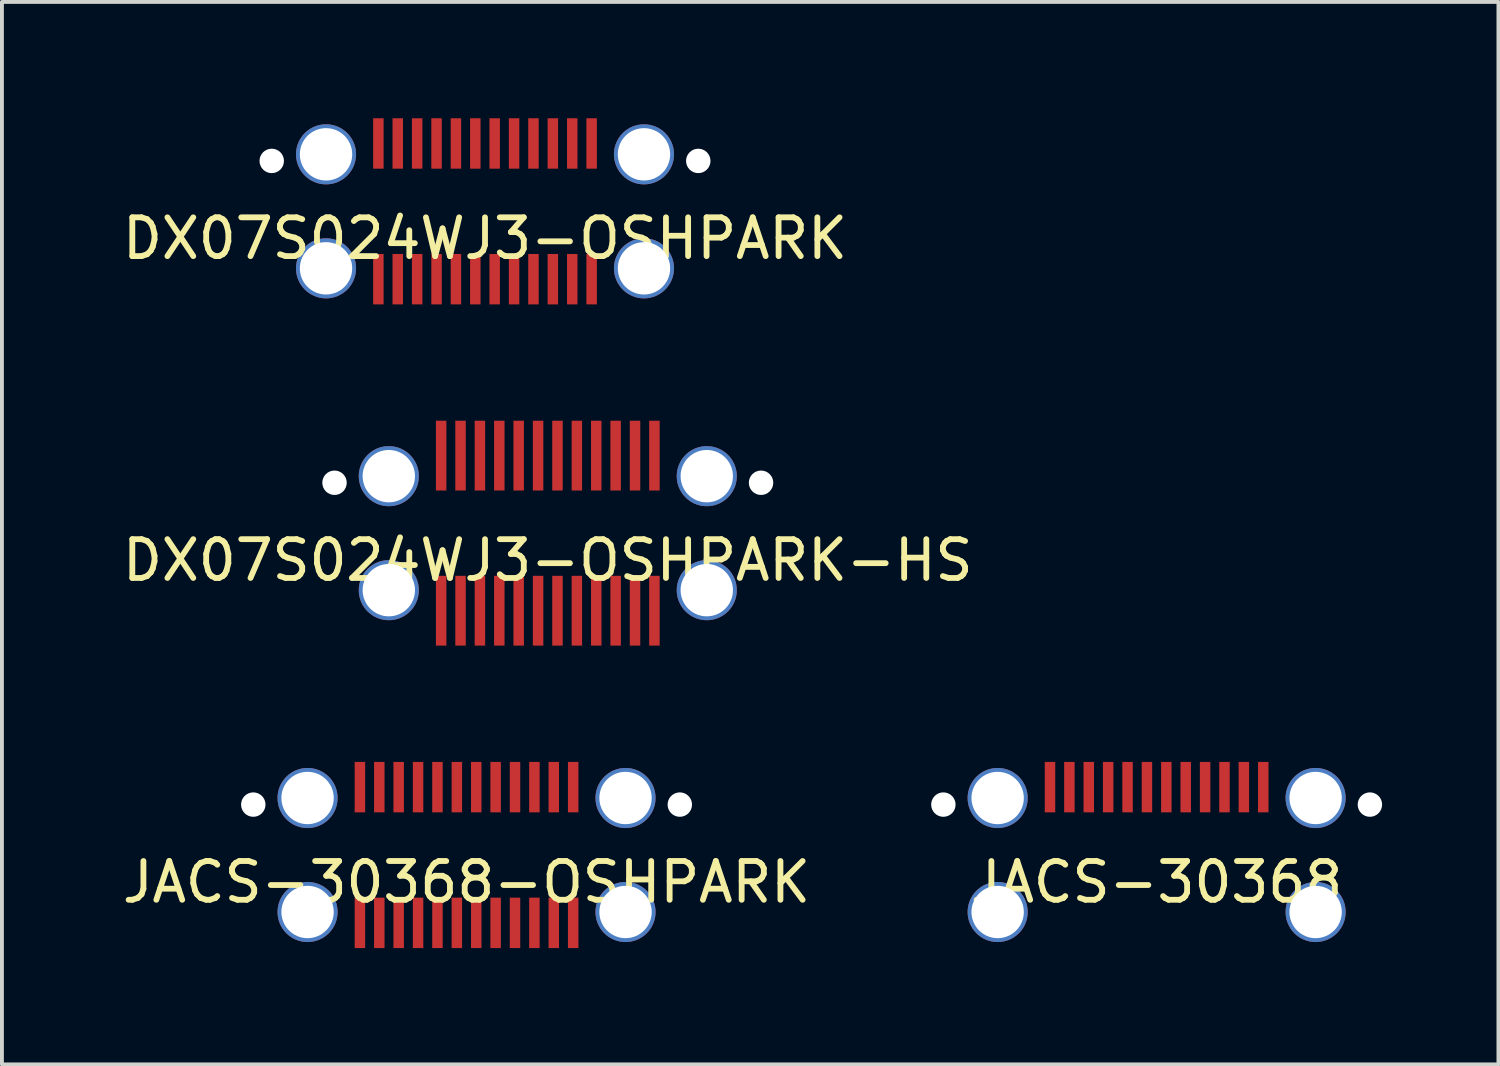
<source format=kicad_pcb>
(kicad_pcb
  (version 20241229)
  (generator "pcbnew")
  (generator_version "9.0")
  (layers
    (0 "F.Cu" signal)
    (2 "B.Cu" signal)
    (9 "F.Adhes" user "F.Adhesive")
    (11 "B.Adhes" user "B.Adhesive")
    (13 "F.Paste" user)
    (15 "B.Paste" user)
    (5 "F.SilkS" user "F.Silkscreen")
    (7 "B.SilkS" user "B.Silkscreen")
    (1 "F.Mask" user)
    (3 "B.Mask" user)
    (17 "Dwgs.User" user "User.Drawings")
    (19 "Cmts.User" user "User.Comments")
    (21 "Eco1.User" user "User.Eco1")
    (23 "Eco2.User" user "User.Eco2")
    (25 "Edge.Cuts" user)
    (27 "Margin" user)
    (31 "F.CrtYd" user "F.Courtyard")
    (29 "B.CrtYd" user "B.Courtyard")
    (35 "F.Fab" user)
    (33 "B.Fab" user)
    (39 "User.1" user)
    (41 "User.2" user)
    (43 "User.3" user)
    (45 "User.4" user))
  (footprint "JACS-30368-OSHPARK"
    (layer "F.Cu")
    (at 8.982 17.7)
    (property "Reference" "JACS-30368-OSHPARK" (at 0 2 0) (layer "F.SilkS") (effects (font (size 1 1) (thickness 0.15))))
    (attr through_hole)
    (pad "" np_thru_hole circle (at -5.5 0) (size 0.63 0.63) (drill 0.63) (layers "*.Cu" "*.Mask"))
    (pad "" np_thru_hole circle (at 5.5 0) (size 0.63 0.63) (drill 0.63) (layers "*.Cu" "*.Mask"))
    (pad "A1" smd rect (at -2.75 -0.45) (size 0.27 1.3) (layers "F.Cu" "F.Mask" "F.Paste"))
    (pad "A2" smd rect (at -2.25 -0.45) (size 0.27 1.3) (layers "F.Cu" "F.Mask" "F.Paste"))
    (pad "A3" smd rect (at -1.75 -0.45) (size 0.27 1.3) (layers "F.Cu" "F.Mask" "F.Paste"))
    (pad "A4" smd rect (at -1.25 -0.45) (size 0.27 1.3) (layers "F.Cu" "F.Mask" "F.Paste"))
    (pad "A5" smd rect (at -0.75 -0.45) (size 0.27 1.3) (layers "F.Cu" "F.Mask" "F.Paste"))
    (pad "A6" smd rect (at -0.25 -0.45) (size 0.27 1.3) (layers "F.Cu" "F.Mask" "F.Paste"))
    (pad "A7" smd rect (at 0.25 -0.45) (size 0.27 1.3) (layers "F.Cu" "F.Mask" "F.Paste"))
    (pad "A8" smd rect (at 0.75 -0.45) (size 0.27 1.3) (layers "F.Cu" "F.Mask" "F.Paste"))
    (pad "A9" smd rect (at 1.25 -0.45) (size 0.27 1.3) (layers "F.Cu" "F.Mask" "F.Paste"))
    (pad "A10" smd rect (at 1.75 -0.45) (size 0.27 1.3) (layers "F.Cu" "F.Mask" "F.Paste"))
    (pad "A11" smd rect (at 2.25 -0.45) (size 0.27 1.3) (layers "F.Cu" "F.Mask" "F.Paste"))
    (pad "A12" smd rect (at 2.75 -0.45) (size 0.27 1.3) (layers "F.Cu" "F.Mask" "F.Paste"))
    (pad "B1" smd rect (at 2.75 3.05) (size 0.27 1.3) (layers "F.Cu" "F.Mask" "F.Paste"))
    (pad "B2" smd rect (at 2.25 3.05) (size 0.27 1.3) (layers "F.Cu" "F.Mask" "F.Paste"))
    (pad "B3" smd rect (at 1.75 3.05) (size 0.27 1.3) (layers "F.Cu" "F.Mask" "F.Paste"))
    (pad "B4" smd rect (at 1.25 3.05) (size 0.27 1.3) (layers "F.Cu" "F.Mask" "F.Paste"))
    (pad "B5" smd rect (at 0.75 3.05) (size 0.27 1.3) (layers "F.Cu" "F.Mask" "F.Paste"))
    (pad "B6" smd rect (at 0.25 3.05) (size 0.27 1.3) (layers "F.Cu" "F.Mask" "F.Paste"))
    (pad "B7" smd rect (at -0.25 3.05) (size 0.27 1.3) (layers "F.Cu" "F.Mask" "F.Paste"))
    (pad "B8" smd rect (at -0.75 3.05) (size 0.27 1.3) (layers "F.Cu" "F.Mask" "F.Paste"))
    (pad "B9" smd rect (at -1.25 3.05) (size 0.27 1.3) (layers "F.Cu" "F.Mask" "F.Paste"))
    (pad "B10" smd rect (at -1.75 3.05) (size 0.27 1.3) (layers "F.Cu" "F.Mask" "F.Paste"))
    (pad "B11" smd rect (at -2.25 3.05) (size 0.27 1.3) (layers "F.Cu" "F.Mask" "F.Paste"))
    (pad "B12" smd rect (at -2.75 3.05) (size 0.27 1.3) (layers "F.Cu" "F.Mask" "F.Paste"))
    (pad "S1" thru_hole circle (at -4.1 -0.17) (size 1.55 1.55) (drill 1.35) (layers "*.Cu" "*.Mask"))
    (pad "S1" thru_hole circle (at -4.1 2.77) (size 1.55 1.55) (drill 1.35) (layers "*.Cu" "*.Mask"))
    (pad "S1" thru_hole circle (at 4.1 -0.17) (size 1.55 1.55) (drill 1.35) (layers "*.Cu" "*.Mask"))
    (pad "S1" thru_hole circle (at 4.1 2.77) (size 1.55 1.55) (drill 1.35) (layers "*.Cu" "*.Mask")))
  (footprint "DX07S024WJ3-OSHPARK"
    (layer "F.Cu")
    (at 9.458 1.1)
    (property "Reference" "DX07S024WJ3-OSHPARK" (at 0 2 0) (layer "F.SilkS") (effects (font (size 1 1) (thickness 0.15))))
    (attr through_hole)
    (pad "" np_thru_hole circle (at -5.5 0) (size 0.63 0.63) (drill 0.63) (layers "*.Cu" "*.Mask"))
    (pad "" np_thru_hole circle (at 5.5 0) (size 0.63 0.63) (drill 0.63) (layers "*.Cu" "*.Mask"))
    (pad "A1" smd rect (at -2.75 -0.45) (size 0.27 1.3) (layers "F.Cu" "F.Mask" "F.Paste"))
    (pad "A2" smd rect (at -2.25 -0.45) (size 0.27 1.3) (layers "F.Cu" "F.Mask" "F.Paste"))
    (pad "A3" smd rect (at -1.75 -0.45) (size 0.27 1.3) (layers "F.Cu" "F.Mask" "F.Paste"))
    (pad "A4" smd rect (at -1.25 -0.45) (size 0.27 1.3) (layers "F.Cu" "F.Mask" "F.Paste"))
    (pad "A5" smd rect (at -0.75 -0.45) (size 0.27 1.3) (layers "F.Cu" "F.Mask" "F.Paste"))
    (pad "A6" smd rect (at -0.25 -0.45) (size 0.27 1.3) (layers "F.Cu" "F.Mask" "F.Paste"))
    (pad "A7" smd rect (at 0.25 -0.45) (size 0.27 1.3) (layers "F.Cu" "F.Mask" "F.Paste"))
    (pad "A8" smd rect (at 0.75 -0.45) (size 0.27 1.3) (layers "F.Cu" "F.Mask" "F.Paste"))
    (pad "A9" smd rect (at 1.25 -0.45) (size 0.27 1.3) (layers "F.Cu" "F.Mask" "F.Paste"))
    (pad "A10" smd rect (at 1.75 -0.45) (size 0.27 1.3) (layers "F.Cu" "F.Mask" "F.Paste"))
    (pad "A11" smd rect (at 2.25 -0.45) (size 0.27 1.3) (layers "F.Cu" "F.Mask" "F.Paste"))
    (pad "A12" smd rect (at 2.75 -0.45) (size 0.27 1.3) (layers "F.Cu" "F.Mask" "F.Paste"))
    (pad "B1" smd rect (at 2.75 3.05) (size 0.27 1.3) (layers "F.Cu" "F.Mask" "F.Paste"))
    (pad "B2" smd rect (at 2.25 3.05) (size 0.27 1.3) (layers "F.Cu" "F.Mask" "F.Paste"))
    (pad "B3" smd rect (at 1.75 3.05) (size 0.27 1.3) (layers "F.Cu" "F.Mask" "F.Paste"))
    (pad "B4" smd rect (at 1.25 3.05) (size 0.27 1.3) (layers "F.Cu" "F.Mask" "F.Paste"))
    (pad "B5" smd rect (at 0.75 3.05) (size 0.27 1.3) (layers "F.Cu" "F.Mask" "F.Paste"))
    (pad "B6" smd rect (at 0.25 3.05) (size 0.27 1.3) (layers "F.Cu" "F.Mask" "F.Paste"))
    (pad "B7" smd rect (at -0.25 3.05) (size 0.27 1.3) (layers "F.Cu" "F.Mask" "F.Paste"))
    (pad "B8" smd rect (at -0.75 3.05) (size 0.27 1.3) (layers "F.Cu" "F.Mask" "F.Paste"))
    (pad "B9" smd rect (at -1.25 3.05) (size 0.27 1.3) (layers "F.Cu" "F.Mask" "F.Paste"))
    (pad "B10" smd rect (at -1.75 3.05) (size 0.27 1.3) (layers "F.Cu" "F.Mask" "F.Paste"))
    (pad "B11" smd rect (at -2.25 3.05) (size 0.27 1.3) (layers "F.Cu" "F.Mask" "F.Paste"))
    (pad "B12" smd rect (at -2.75 3.05) (size 0.27 1.3) (layers "F.Cu" "F.Mask" "F.Paste"))
    (pad "S1" thru_hole circle (at -4.1 -0.17) (size 1.55 1.55) (drill 1.35) (layers "*.Cu" "*.Mask"))
    (pad "S1" thru_hole circle (at -4.1 2.77) (size 1.55 1.55) (drill 1.35) (layers "*.Cu" "*.Mask"))
    (pad "S1" thru_hole circle (at 4.1 -0.17) (size 1.55 1.55) (drill 1.35) (layers "*.Cu" "*.Mask"))
    (pad "S1" thru_hole circle (at 4.1 2.77) (size 1.55 1.55) (drill 1.35) (layers "*.Cu" "*.Mask")))
  (footprint "JACS-30368"
    (layer "F.Cu")
    (at 26.779 17.7)
    (property "Reference" "JACS-30368" (at 0 2 0) (layer "F.SilkS") (effects (font (size 1 1) (thickness 0.15))))
    (attr through_hole)
    (pad "" np_thru_hole circle (at -5.5 0) (size 0.63 0.63) (drill 0.63) (layers "*.Cu" "*.Mask"))
    (pad "" np_thru_hole circle (at 5.5 0) (size 0.63 0.63) (drill 0.63) (layers "*.Cu" "*.Mask"))
    (pad "A1" smd rect (at -2.75 -0.45) (size 0.27 1.3) (layers "F.Cu" "F.Mask" "F.Paste"))
    (pad "A2" smd rect (at -2.25 -0.45) (size 0.27 1.3) (layers "F.Cu" "F.Mask" "F.Paste"))
    (pad "A3" smd rect (at -1.75 -0.45) (size 0.27 1.3) (layers "F.Cu" "F.Mask" "F.Paste"))
    (pad "A4" smd rect (at -1.25 -0.45) (size 0.27 1.3) (layers "F.Cu" "F.Mask" "F.Paste"))
    (pad "A5" smd rect (at -0.75 -0.45) (size 0.27 1.3) (layers "F.Cu" "F.Mask" "F.Paste"))
    (pad "A6" smd rect (at -0.25 -0.45) (size 0.27 1.3) (layers "F.Cu" "F.Mask" "F.Paste"))
    (pad "A7" smd rect (at 0.25 -0.45) (size 0.27 1.3) (layers "F.Cu" "F.Mask" "F.Paste"))
    (pad "A8" smd rect (at 0.75 -0.45) (size 0.27 1.3) (layers "F.Cu" "F.Mask" "F.Paste"))
    (pad "A9" smd rect (at 1.25 -0.45) (size 0.27 1.3) (layers "F.Cu" "F.Mask" "F.Paste"))
    (pad "A10" smd rect (at 1.75 -0.45) (size 0.27 1.3) (layers "F.Cu" "F.Mask" "F.Paste"))
    (pad "A11" smd rect (at 2.25 -0.45) (size 0.27 1.3) (layers "F.Cu" "F.Mask" "F.Paste"))
    (pad "A12" smd rect (at 2.75 -0.45) (size 0.27 1.3) (layers "F.Cu" "F.Mask" "F.Paste"))
    (pad "S1" thru_hole circle (at -4.1 -0.17) (size 1.55 1.55) (drill 1.35) (layers "*.Cu" "*.Mask"))
    (pad "S1" thru_hole circle (at -4.1 2.77) (size 1.55 1.55) (drill 1.35) (layers "*.Cu" "*.Mask"))
    (pad "S1" thru_hole circle (at 4.1 -0.17) (size 1.55 1.55) (drill 1.35) (layers "*.Cu" "*.Mask"))
    (pad "S1" thru_hole circle (at 4.1 2.77) (size 1.55 1.55) (drill 1.35) (layers "*.Cu" "*.Mask")))
  (footprint "DX07S024WJ3-OSHPARK-HS"
    (layer "F.Cu")
    (at 11.077 9.4)
    (property "Reference" "DX07S024WJ3-OSHPARK-HS" (at 0 2 0) (layer "F.SilkS") (effects (font (size 1 1) (thickness 0.15))))
    (attr through_hole)
    (pad "" np_thru_hole circle (at -5.5 0) (size 0.63 0.63) (drill 0.63) (layers "*.Cu" "*.Mask"))
    (pad "" np_thru_hole circle (at 5.5 0) (size 0.63 0.63) (drill 0.63) (layers "*.Cu" "*.Mask"))
    (pad "A1" smd rect (at -2.75 -0.7) (size 0.27 1.8) (layers "F.Cu" "F.Mask" "F.Paste"))
    (pad "A2" smd rect (at -2.25 -0.7) (size 0.27 1.8) (layers "F.Cu" "F.Mask" "F.Paste"))
    (pad "A3" smd rect (at -1.75 -0.7) (size 0.27 1.8) (layers "F.Cu" "F.Mask" "F.Paste"))
    (pad "A4" smd rect (at -1.25 -0.7) (size 0.27 1.8) (layers "F.Cu" "F.Mask" "F.Paste"))
    (pad "A5" smd rect (at -0.75 -0.7) (size 0.27 1.8) (layers "F.Cu" "F.Mask" "F.Paste"))
    (pad "A6" smd rect (at -0.25 -0.7) (size 0.27 1.8) (layers "F.Cu" "F.Mask" "F.Paste"))
    (pad "A7" smd rect (at 0.25 -0.7) (size 0.27 1.8) (layers "F.Cu" "F.Mask" "F.Paste"))
    (pad "A8" smd rect (at 0.75 -0.7) (size 0.27 1.8) (layers "F.Cu" "F.Mask" "F.Paste"))
    (pad "A9" smd rect (at 1.25 -0.7) (size 0.27 1.8) (layers "F.Cu" "F.Mask" "F.Paste"))
    (pad "A10" smd rect (at 1.75 -0.7) (size 0.27 1.8) (layers "F.Cu" "F.Mask" "F.Paste"))
    (pad "A11" smd rect (at 2.25 -0.7) (size 0.27 1.8) (layers "F.Cu" "F.Mask" "F.Paste"))
    (pad "A12" smd rect (at 2.75 -0.7) (size 0.27 1.8) (layers "F.Cu" "F.Mask" "F.Paste"))
    (pad "B1" smd rect (at 2.75 3.3) (size 0.27 1.8) (layers "F.Cu" "F.Mask" "F.Paste"))
    (pad "B2" smd rect (at 2.25 3.3) (size 0.27 1.8) (layers "F.Cu" "F.Mask" "F.Paste"))
    (pad "B3" smd rect (at 1.75 3.3) (size 0.27 1.8) (layers "F.Cu" "F.Mask" "F.Paste"))
    (pad "B4" smd rect (at 1.25 3.3) (size 0.27 1.8) (layers "F.Cu" "F.Mask" "F.Paste"))
    (pad "B5" smd rect (at 0.75 3.3) (size 0.27 1.8) (layers "F.Cu" "F.Mask" "F.Paste"))
    (pad "B6" smd rect (at 0.25 3.3) (size 0.27 1.8) (layers "F.Cu" "F.Mask" "F.Paste"))
    (pad "B7" smd rect (at -0.25 3.3) (size 0.27 1.8) (layers "F.Cu" "F.Mask" "F.Paste"))
    (pad "B8" smd rect (at -0.75 3.3) (size 0.27 1.8) (layers "F.Cu" "F.Mask" "F.Paste"))
    (pad "B9" smd rect (at -1.25 3.3) (size 0.27 1.8) (layers "F.Cu" "F.Mask" "F.Paste"))
    (pad "B10" smd rect (at -1.75 3.3) (size 0.27 1.8) (layers "F.Cu" "F.Mask" "F.Paste"))
    (pad "B11" smd rect (at -2.25 3.3) (size 0.27 1.8) (layers "F.Cu" "F.Mask" "F.Paste"))
    (pad "B12" smd rect (at -2.75 3.3) (size 0.27 1.8) (layers "F.Cu" "F.Mask" "F.Paste"))
    (pad "S1" thru_hole circle (at -4.1 -0.17) (size 1.55 1.55) (drill 1.35) (layers "*.Cu" "*.Mask"))
    (pad "S1" thru_hole circle (at -4.1 2.77) (size 1.55 1.55) (drill 1.35) (layers "*.Cu" "*.Mask"))
    (pad "S1" thru_hole circle (at 4.1 -0.17) (size 1.55 1.55) (drill 1.35) (layers "*.Cu" "*.Mask"))
    (pad "S1" thru_hole circle (at 4.1 2.77) (size 1.55 1.55) (drill 1.35) (layers "*.Cu" "*.Mask")))
  (gr_rect
    (start -3 -3)
    (end 35.594 24.4)
    (stroke (width 0.1) (type default))
    (fill no)
    (layer "Edge.Cuts")))
</source>
